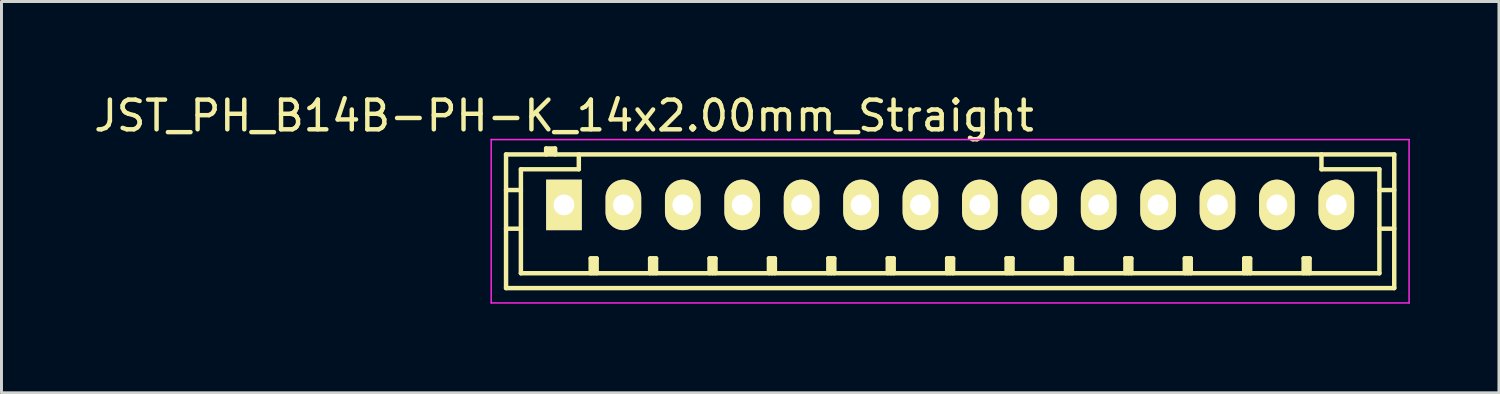
<source format=kicad_pcb>
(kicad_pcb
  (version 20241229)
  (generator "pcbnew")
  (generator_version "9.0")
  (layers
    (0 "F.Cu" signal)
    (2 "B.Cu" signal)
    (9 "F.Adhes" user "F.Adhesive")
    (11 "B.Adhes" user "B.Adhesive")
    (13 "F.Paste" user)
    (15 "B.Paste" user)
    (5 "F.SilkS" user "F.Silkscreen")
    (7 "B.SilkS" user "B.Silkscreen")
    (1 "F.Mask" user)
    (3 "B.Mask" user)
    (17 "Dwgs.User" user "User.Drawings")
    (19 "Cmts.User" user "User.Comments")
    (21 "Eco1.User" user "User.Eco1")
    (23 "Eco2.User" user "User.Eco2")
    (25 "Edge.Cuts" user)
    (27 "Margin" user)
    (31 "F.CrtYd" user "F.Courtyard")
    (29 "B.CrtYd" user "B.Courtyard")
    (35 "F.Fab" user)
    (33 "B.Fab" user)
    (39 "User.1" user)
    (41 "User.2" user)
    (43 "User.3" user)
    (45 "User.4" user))
  (footprint "JST_PH_B14B-PH-K_14x2.00mm_Straight"
    (layer "F.Cu")
    (at 15.935 3.848)
    (property "Reference" "JST_PH_B14B-PH-K_14x2.00mm_Straight" (at 0 -3 0) (layer "F.SilkS") (effects (font (size 1 1) (thickness 0.15))))
    (attr through_hole)
    (fp_line (start -1.95 -1.7) (end 27.95 -1.7) (stroke (width 0.15) (type solid)) (layer "F.SilkS"))
    (fp_line (start -1.95 -0.5) (end -1.45 -0.5) (stroke (width 0.15) (type solid)) (layer "F.SilkS"))
    (fp_line (start -1.95 0.8) (end -1.45 0.8) (stroke (width 0.15) (type solid)) (layer "F.SilkS"))
    (fp_line (start -1.95 2.8) (end -1.95 -1.7) (stroke (width 0.15) (type solid)) (layer "F.SilkS"))
    (fp_line (start -1.45 -1.2) (end -1.45 2.3) (stroke (width 0.15) (type solid)) (layer "F.SilkS"))
    (fp_line (start -1.45 2.3) (end 27.45 2.3) (stroke (width 0.15) (type solid)) (layer "F.SilkS"))
    (fp_line (start -0.6 -1.9) (end -0.6 -1.7) (stroke (width 0.15) (type solid)) (layer "F.SilkS"))
    (fp_line (start -0.3 -1.9) (end -0.6 -1.9) (stroke (width 0.15) (type solid)) (layer "F.SilkS"))
    (fp_line (start -0.3 -1.8) (end -0.6 -1.8) (stroke (width 0.15) (type solid)) (layer "F.SilkS"))
    (fp_line (start -0.3 -1.7) (end -0.3 -1.9) (stroke (width 0.15) (type solid)) (layer "F.SilkS"))
    (fp_line (start 0.5 -1.7) (end 0.5 -1.2) (stroke (width 0.15) (type solid)) (layer "F.SilkS"))
    (fp_line (start 0.5 -1.2) (end -1.45 -1.2) (stroke (width 0.15) (type solid)) (layer "F.SilkS"))
    (fp_line (start 0.9 1.8) (end 1.1 1.8) (stroke (width 0.15) (type solid)) (layer "F.SilkS"))
    (fp_line (start 0.9 2.3) (end 0.9 1.8) (stroke (width 0.15) (type solid)) (layer "F.SilkS"))
    (fp_line (start 1 2.3) (end 1 1.8) (stroke (width 0.15) (type solid)) (layer "F.SilkS"))
    (fp_line (start 1.1 1.8) (end 1.1 2.3) (stroke (width 0.15) (type solid)) (layer "F.SilkS"))
    (fp_line (start 2.9 1.8) (end 3.1 1.8) (stroke (width 0.15) (type solid)) (layer "F.SilkS"))
    (fp_line (start 2.9 2.3) (end 2.9 1.8) (stroke (width 0.15) (type solid)) (layer "F.SilkS"))
    (fp_line (start 3 2.3) (end 3 1.8) (stroke (width 0.15) (type solid)) (layer "F.SilkS"))
    (fp_line (start 3.1 1.8) (end 3.1 2.3) (stroke (width 0.15) (type solid)) (layer "F.SilkS"))
    (fp_line (start 4.9 1.8) (end 5.1 1.8) (stroke (width 0.15) (type solid)) (layer "F.SilkS"))
    (fp_line (start 4.9 2.3) (end 4.9 1.8) (stroke (width 0.15) (type solid)) (layer "F.SilkS"))
    (fp_line (start 5 2.3) (end 5 1.8) (stroke (width 0.15) (type solid)) (layer "F.SilkS"))
    (fp_line (start 5.1 1.8) (end 5.1 2.3) (stroke (width 0.15) (type solid)) (layer "F.SilkS"))
    (fp_line (start 6.9 1.8) (end 7.1 1.8) (stroke (width 0.15) (type solid)) (layer "F.SilkS"))
    (fp_line (start 6.9 2.3) (end 6.9 1.8) (stroke (width 0.15) (type solid)) (layer "F.SilkS"))
    (fp_line (start 7 2.3) (end 7 1.8) (stroke (width 0.15) (type solid)) (layer "F.SilkS"))
    (fp_line (start 7.1 1.8) (end 7.1 2.3) (stroke (width 0.15) (type solid)) (layer "F.SilkS"))
    (fp_line (start 8.9 1.8) (end 9.1 1.8) (stroke (width 0.15) (type solid)) (layer "F.SilkS"))
    (fp_line (start 8.9 2.3) (end 8.9 1.8) (stroke (width 0.15) (type solid)) (layer "F.SilkS"))
    (fp_line (start 9 2.3) (end 9 1.8) (stroke (width 0.15) (type solid)) (layer "F.SilkS"))
    (fp_line (start 9.1 1.8) (end 9.1 2.3) (stroke (width 0.15) (type solid)) (layer "F.SilkS"))
    (fp_line (start 10.9 1.8) (end 11.1 1.8) (stroke (width 0.15) (type solid)) (layer "F.SilkS"))
    (fp_line (start 10.9 2.3) (end 10.9 1.8) (stroke (width 0.15) (type solid)) (layer "F.SilkS"))
    (fp_line (start 11 2.3) (end 11 1.8) (stroke (width 0.15) (type solid)) (layer "F.SilkS"))
    (fp_line (start 11.1 1.8) (end 11.1 2.3) (stroke (width 0.15) (type solid)) (layer "F.SilkS"))
    (fp_line (start 12.9 1.8) (end 13.1 1.8) (stroke (width 0.15) (type solid)) (layer "F.SilkS"))
    (fp_line (start 12.9 2.3) (end 12.9 1.8) (stroke (width 0.15) (type solid)) (layer "F.SilkS"))
    (fp_line (start 13 2.3) (end 13 1.8) (stroke (width 0.15) (type solid)) (layer "F.SilkS"))
    (fp_line (start 13.1 1.8) (end 13.1 2.3) (stroke (width 0.15) (type solid)) (layer "F.SilkS"))
    (fp_line (start 14.9 1.8) (end 15.1 1.8) (stroke (width 0.15) (type solid)) (layer "F.SilkS"))
    (fp_line (start 14.9 2.3) (end 14.9 1.8) (stroke (width 0.15) (type solid)) (layer "F.SilkS"))
    (fp_line (start 15 2.3) (end 15 1.8) (stroke (width 0.15) (type solid)) (layer "F.SilkS"))
    (fp_line (start 15.1 1.8) (end 15.1 2.3) (stroke (width 0.15) (type solid)) (layer "F.SilkS"))
    (fp_line (start 16.9 1.8) (end 17.1 1.8) (stroke (width 0.15) (type solid)) (layer "F.SilkS"))
    (fp_line (start 16.9 2.3) (end 16.9 1.8) (stroke (width 0.15) (type solid)) (layer "F.SilkS"))
    (fp_line (start 17 2.3) (end 17 1.8) (stroke (width 0.15) (type solid)) (layer "F.SilkS"))
    (fp_line (start 17.1 1.8) (end 17.1 2.3) (stroke (width 0.15) (type solid)) (layer "F.SilkS"))
    (fp_line (start 18.9 1.8) (end 19.1 1.8) (stroke (width 0.15) (type solid)) (layer "F.SilkS"))
    (fp_line (start 18.9 2.3) (end 18.9 1.8) (stroke (width 0.15) (type solid)) (layer "F.SilkS"))
    (fp_line (start 19 2.3) (end 19 1.8) (stroke (width 0.15) (type solid)) (layer "F.SilkS"))
    (fp_line (start 19.1 1.8) (end 19.1 2.3) (stroke (width 0.15) (type solid)) (layer "F.SilkS"))
    (fp_line (start 20.9 1.8) (end 21.1 1.8) (stroke (width 0.15) (type solid)) (layer "F.SilkS"))
    (fp_line (start 20.9 2.3) (end 20.9 1.8) (stroke (width 0.15) (type solid)) (layer "F.SilkS"))
    (fp_line (start 21 2.3) (end 21 1.8) (stroke (width 0.15) (type solid)) (layer "F.SilkS"))
    (fp_line (start 21.1 1.8) (end 21.1 2.3) (stroke (width 0.15) (type solid)) (layer "F.SilkS"))
    (fp_line (start 22.9 1.8) (end 23.1 1.8) (stroke (width 0.15) (type solid)) (layer "F.SilkS"))
    (fp_line (start 22.9 2.3) (end 22.9 1.8) (stroke (width 0.15) (type solid)) (layer "F.SilkS"))
    (fp_line (start 23 2.3) (end 23 1.8) (stroke (width 0.15) (type solid)) (layer "F.SilkS"))
    (fp_line (start 23.1 1.8) (end 23.1 2.3) (stroke (width 0.15) (type solid)) (layer "F.SilkS"))
    (fp_line (start 24.9 1.8) (end 25.1 1.8) (stroke (width 0.15) (type solid)) (layer "F.SilkS"))
    (fp_line (start 24.9 2.3) (end 24.9 1.8) (stroke (width 0.15) (type solid)) (layer "F.SilkS"))
    (fp_line (start 25 2.3) (end 25 1.8) (stroke (width 0.15) (type solid)) (layer "F.SilkS"))
    (fp_line (start 25.1 1.8) (end 25.1 2.3) (stroke (width 0.15) (type solid)) (layer "F.SilkS"))
    (fp_line (start 25.5 -1.2) (end 25.5 -1.7) (stroke (width 0.15) (type solid)) (layer "F.SilkS"))
    (fp_line (start 27.45 -1.2) (end 25.5 -1.2) (stroke (width 0.15) (type solid)) (layer "F.SilkS"))
    (fp_line (start 27.45 -0.5) (end 27.95 -0.5) (stroke (width 0.15) (type solid)) (layer "F.SilkS"))
    (fp_line (start 27.45 0.8) (end 27.95 0.8) (stroke (width 0.15) (type solid)) (layer "F.SilkS"))
    (fp_line (start 27.45 2.3) (end 27.45 -1.2) (stroke (width 0.15) (type solid)) (layer "F.SilkS"))
    (fp_line (start 27.95 -1.7) (end 27.95 2.8) (stroke (width 0.15) (type solid)) (layer "F.SilkS"))
    (fp_line (start 27.95 2.8) (end -1.95 2.8) (stroke (width 0.15) (type solid)) (layer "F.SilkS"))
    (fp_line (start -2.45 -2.2) (end 28.45 -2.2) (stroke (width 0.05) (type solid)) (layer "F.CrtYd"))
    (fp_line (start -2.45 3.3) (end -2.45 -2.2) (stroke (width 0.05) (type solid)) (layer "F.CrtYd"))
    (fp_line (start 28.45 -2.2) (end 28.45 3.3) (stroke (width 0.05) (type solid)) (layer "F.CrtYd"))
    (fp_line (start 28.45 3.3) (end -2.45 3.3) (stroke (width 0.05) (type solid)) (layer "F.CrtYd"))
    (pad "1" thru_hole rect (at 0 0) (size 1.2 1.7) (drill 0.7) (layers "*.Cu" "*.Mask" "F.SilkS"))
    (pad "2" thru_hole oval (at 2 0) (size 1.2 1.7) (drill 0.7) (layers "*.Cu" "*.Mask" "F.SilkS"))
    (pad "3" thru_hole oval (at 4 0) (size 1.2 1.7) (drill 0.7) (layers "*.Cu" "*.Mask" "F.SilkS"))
    (pad "4" thru_hole oval (at 6 0) (size 1.2 1.7) (drill 0.7) (layers "*.Cu" "*.Mask" "F.SilkS"))
    (pad "5" thru_hole oval (at 8 0) (size 1.2 1.7) (drill 0.7) (layers "*.Cu" "*.Mask" "F.SilkS"))
    (pad "6" thru_hole oval (at 10 0) (size 1.2 1.7) (drill 0.7) (layers "*.Cu" "*.Mask" "F.SilkS"))
    (pad "7" thru_hole oval (at 12 0) (size 1.2 1.7) (drill 0.7) (layers "*.Cu" "*.Mask" "F.SilkS"))
    (pad "8" thru_hole oval (at 14 0) (size 1.2 1.7) (drill 0.7) (layers "*.Cu" "*.Mask" "F.SilkS"))
    (pad "9" thru_hole oval (at 16 0) (size 1.2 1.7) (drill 0.7) (layers "*.Cu" "*.Mask" "F.SilkS"))
    (pad "10" thru_hole oval (at 18 0) (size 1.2 1.7) (drill 0.7) (layers "*.Cu" "*.Mask" "F.SilkS"))
    (pad "11" thru_hole oval (at 20 0) (size 1.2 1.7) (drill 0.7) (layers "*.Cu" "*.Mask" "F.SilkS"))
    (pad "12" thru_hole oval (at 22 0) (size 1.2 1.7) (drill 0.7) (layers "*.Cu" "*.Mask" "F.SilkS"))
    (pad "13" thru_hole oval (at 24 0) (size 1.2 1.7) (drill 0.7) (layers "*.Cu" "*.Mask" "F.SilkS"))
    (pad "14" thru_hole oval (at 26 0) (size 1.2 1.7) (drill 0.7) (layers "*.Cu" "*.Mask" "F.SilkS")))
  (gr_rect
    (start -3 -3)
    (end 47.41 10.173)
    (stroke (width 0.1) (type default))
    (fill no)
    (layer "Edge.Cuts")))
</source>
